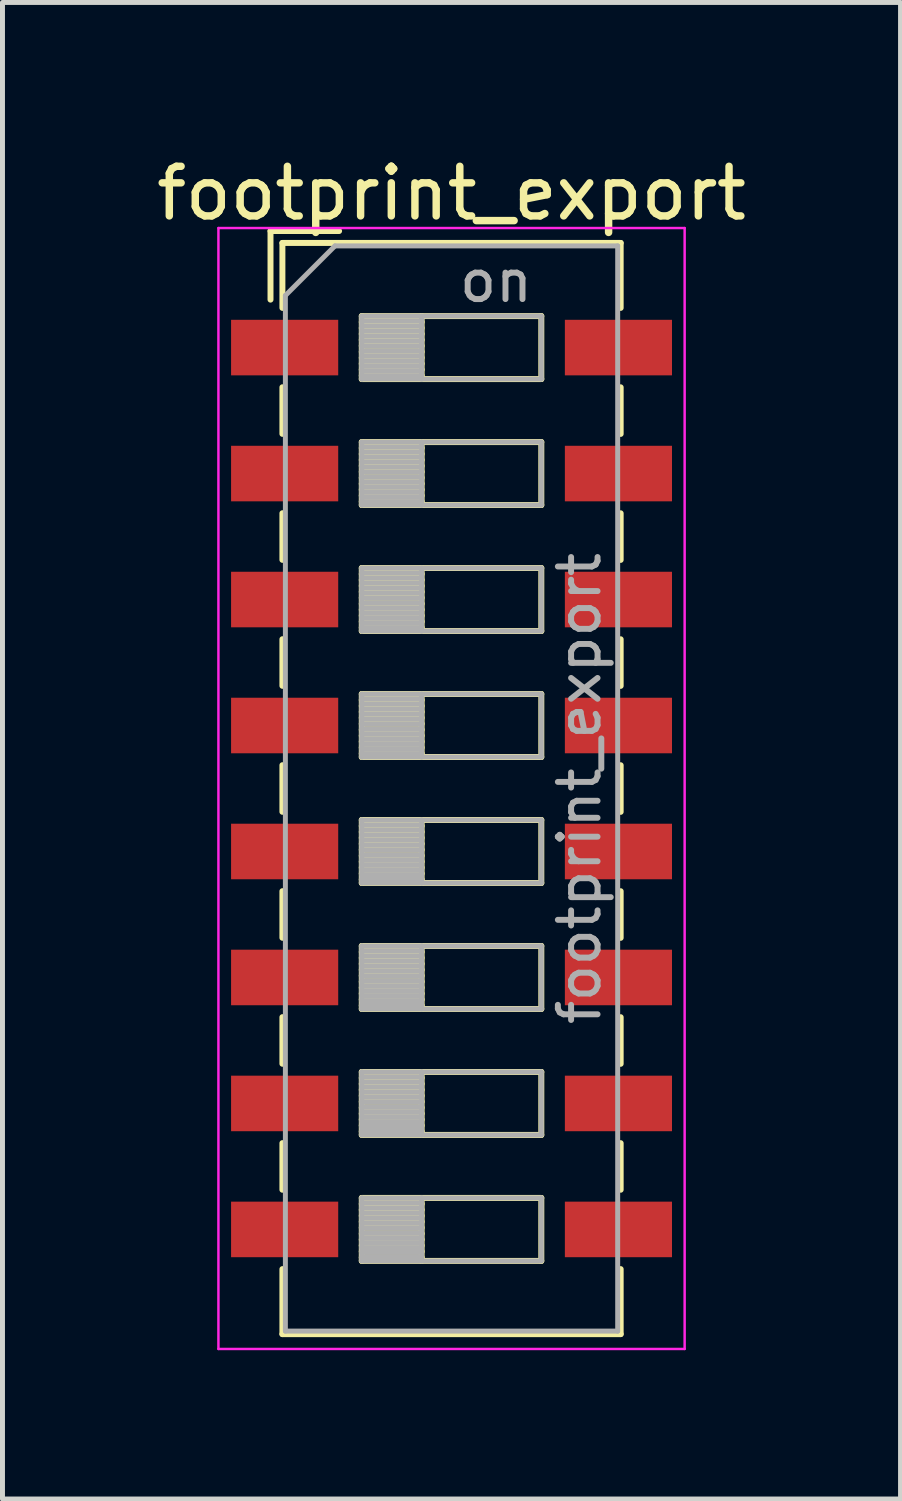
<source format=kicad_pcb>
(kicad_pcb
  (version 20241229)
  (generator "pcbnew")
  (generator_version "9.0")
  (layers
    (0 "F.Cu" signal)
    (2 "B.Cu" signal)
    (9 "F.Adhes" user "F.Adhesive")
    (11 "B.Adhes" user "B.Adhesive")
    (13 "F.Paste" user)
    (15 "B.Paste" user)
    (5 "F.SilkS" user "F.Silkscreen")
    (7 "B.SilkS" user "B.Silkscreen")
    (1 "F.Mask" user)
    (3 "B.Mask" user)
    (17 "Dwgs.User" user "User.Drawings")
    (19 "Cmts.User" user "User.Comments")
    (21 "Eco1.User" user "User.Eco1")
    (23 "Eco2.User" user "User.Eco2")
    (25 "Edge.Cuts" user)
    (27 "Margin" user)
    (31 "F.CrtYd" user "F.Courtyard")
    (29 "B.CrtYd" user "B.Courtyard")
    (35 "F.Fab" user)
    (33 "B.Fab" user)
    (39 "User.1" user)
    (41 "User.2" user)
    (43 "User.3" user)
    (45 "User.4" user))
  (footprint "footprint_export"
    (layer "F.Cu")
    (at 6.054 12.848)
    (property "Reference" "footprint_export" (at 0 -12 0) (layer "F.SilkS") (effects (font (size 1 1) (thickness 0.15))))
    (attr smd)
    (fp_line (start -3.65 -11.24) (end -3.65 -9.857) (stroke (width 0.12) (type solid)) (layer "F.SilkS"))
    (fp_line (start -3.65 -11.24) (end -2.267 -11.24) (stroke (width 0.12) (type solid)) (layer "F.SilkS"))
    (fp_line (start -3.41 -11) (end -3.41 -9.69) (stroke (width 0.12) (type solid)) (layer "F.SilkS"))
    (fp_line (start -3.41 -11) (end 3.41 -11) (stroke (width 0.12) (type solid)) (layer "F.SilkS"))
    (fp_line (start -3.41 -8.09) (end -3.41 -7.15) (stroke (width 0.12) (type solid)) (layer "F.SilkS"))
    (fp_line (start -3.41 -5.55) (end -3.41 -4.61) (stroke (width 0.12) (type solid)) (layer "F.SilkS"))
    (fp_line (start -3.41 -3.01) (end -3.41 -2.07) (stroke (width 0.12) (type solid)) (layer "F.SilkS"))
    (fp_line (start -3.41 -0.47) (end -3.41 0.47) (stroke (width 0.12) (type solid)) (layer "F.SilkS"))
    (fp_line (start -3.41 2.07) (end -3.41 3.01) (stroke (width 0.12) (type solid)) (layer "F.SilkS"))
    (fp_line (start -3.41 4.61) (end -3.41 5.55) (stroke (width 0.12) (type solid)) (layer "F.SilkS"))
    (fp_line (start -3.41 7.15) (end -3.41 8.09) (stroke (width 0.12) (type solid)) (layer "F.SilkS"))
    (fp_line (start -3.41 9.69) (end -3.41 11.001) (stroke (width 0.12) (type solid)) (layer "F.SilkS"))
    (fp_line (start -3.41 11.001) (end 3.41 11.001) (stroke (width 0.12) (type solid)) (layer "F.SilkS"))
    (fp_line (start -1.81 -9.525) (end -1.81 -8.255) (stroke (width 0.12) (type solid)) (layer "F.SilkS"))
    (fp_line (start -1.81 -9.405) (end -0.603 -9.405) (stroke (width 0.12) (type solid)) (layer "F.SilkS"))
    (fp_line (start -1.81 -9.285) (end -0.603 -9.285) (stroke (width 0.12) (type solid)) (layer "F.SilkS"))
    (fp_line (start -1.81 -9.165) (end -0.603 -9.165) (stroke (width 0.12) (type solid)) (layer "F.SilkS"))
    (fp_line (start -1.81 -9.045) (end -0.603 -9.045) (stroke (width 0.12) (type solid)) (layer "F.SilkS"))
    (fp_line (start -1.81 -8.925) (end -0.603 -8.925) (stroke (width 0.12) (type solid)) (layer "F.SilkS"))
    (fp_line (start -1.81 -8.805) (end -0.603 -8.805) (stroke (width 0.12) (type solid)) (layer "F.SilkS"))
    (fp_line (start -1.81 -8.685) (end -0.603 -8.685) (stroke (width 0.12) (type solid)) (layer "F.SilkS"))
    (fp_line (start -1.81 -8.565) (end -0.603 -8.565) (stroke (width 0.12) (type solid)) (layer "F.SilkS"))
    (fp_line (start -1.81 -8.445) (end -0.603 -8.445) (stroke (width 0.12) (type solid)) (layer "F.SilkS"))
    (fp_line (start -1.81 -8.325) (end -0.603 -8.325) (stroke (width 0.12) (type solid)) (layer "F.SilkS"))
    (fp_line (start -1.81 -8.255) (end 1.81 -8.255) (stroke (width 0.12) (type solid)) (layer "F.SilkS"))
    (fp_line (start -1.81 -6.985) (end -1.81 -5.715) (stroke (width 0.12) (type solid)) (layer "F.SilkS"))
    (fp_line (start -1.81 -6.865) (end -0.603 -6.865) (stroke (width 0.12) (type solid)) (layer "F.SilkS"))
    (fp_line (start -1.81 -6.745) (end -0.603 -6.745) (stroke (width 0.12) (type solid)) (layer "F.SilkS"))
    (fp_line (start -1.81 -6.625) (end -0.603 -6.625) (stroke (width 0.12) (type solid)) (layer "F.SilkS"))
    (fp_line (start -1.81 -6.505) (end -0.603 -6.505) (stroke (width 0.12) (type solid)) (layer "F.SilkS"))
    (fp_line (start -1.81 -6.385) (end -0.603 -6.385) (stroke (width 0.12) (type solid)) (layer "F.SilkS"))
    (fp_line (start -1.81 -6.265) (end -0.603 -6.265) (stroke (width 0.12) (type solid)) (layer "F.SilkS"))
    (fp_line (start -1.81 -6.145) (end -0.603 -6.145) (stroke (width 0.12) (type solid)) (layer "F.SilkS"))
    (fp_line (start -1.81 -6.025) (end -0.603 -6.025) (stroke (width 0.12) (type solid)) (layer "F.SilkS"))
    (fp_line (start -1.81 -5.905) (end -0.603 -5.905) (stroke (width 0.12) (type solid)) (layer "F.SilkS"))
    (fp_line (start -1.81 -5.785) (end -0.603 -5.785) (stroke (width 0.12) (type solid)) (layer "F.SilkS"))
    (fp_line (start -1.81 -5.715) (end 1.81 -5.715) (stroke (width 0.12) (type solid)) (layer "F.SilkS"))
    (fp_line (start -1.81 -4.445) (end -1.81 -3.175) (stroke (width 0.12) (type solid)) (layer "F.SilkS"))
    (fp_line (start -1.81 -4.325) (end -0.603 -4.325) (stroke (width 0.12) (type solid)) (layer "F.SilkS"))
    (fp_line (start -1.81 -4.205) (end -0.603 -4.205) (stroke (width 0.12) (type solid)) (layer "F.SilkS"))
    (fp_line (start -1.81 -4.085) (end -0.603 -4.085) (stroke (width 0.12) (type solid)) (layer "F.SilkS"))
    (fp_line (start -1.81 -3.965) (end -0.603 -3.965) (stroke (width 0.12) (type solid)) (layer "F.SilkS"))
    (fp_line (start -1.81 -3.845) (end -0.603 -3.845) (stroke (width 0.12) (type solid)) (layer "F.SilkS"))
    (fp_line (start -1.81 -3.725) (end -0.603 -3.725) (stroke (width 0.12) (type solid)) (layer "F.SilkS"))
    (fp_line (start -1.81 -3.605) (end -0.603 -3.605) (stroke (width 0.12) (type solid)) (layer "F.SilkS"))
    (fp_line (start -1.81 -3.485) (end -0.603 -3.485) (stroke (width 0.12) (type solid)) (layer "F.SilkS"))
    (fp_line (start -1.81 -3.365) (end -0.603 -3.365) (stroke (width 0.12) (type solid)) (layer "F.SilkS"))
    (fp_line (start -1.81 -3.245) (end -0.603 -3.245) (stroke (width 0.12) (type solid)) (layer "F.SilkS"))
    (fp_line (start -1.81 -3.175) (end 1.81 -3.175) (stroke (width 0.12) (type solid)) (layer "F.SilkS"))
    (fp_line (start -1.81 -1.905) (end -1.81 -0.635) (stroke (width 0.12) (type solid)) (layer "F.SilkS"))
    (fp_line (start -1.81 -1.785) (end -0.603 -1.785) (stroke (width 0.12) (type solid)) (layer "F.SilkS"))
    (fp_line (start -1.81 -1.665) (end -0.603 -1.665) (stroke (width 0.12) (type solid)) (layer "F.SilkS"))
    (fp_line (start -1.81 -1.545) (end -0.603 -1.545) (stroke (width 0.12) (type solid)) (layer "F.SilkS"))
    (fp_line (start -1.81 -1.425) (end -0.603 -1.425) (stroke (width 0.12) (type solid)) (layer "F.SilkS"))
    (fp_line (start -1.81 -1.305) (end -0.603 -1.305) (stroke (width 0.12) (type solid)) (layer "F.SilkS"))
    (fp_line (start -1.81 -1.185) (end -0.603 -1.185) (stroke (width 0.12) (type solid)) (layer "F.SilkS"))
    (fp_line (start -1.81 -1.065) (end -0.603 -1.065) (stroke (width 0.12) (type solid)) (layer "F.SilkS"))
    (fp_line (start -1.81 -0.945) (end -0.603 -0.945) (stroke (width 0.12) (type solid)) (layer "F.SilkS"))
    (fp_line (start -1.81 -0.825) (end -0.603 -0.825) (stroke (width 0.12) (type solid)) (layer "F.SilkS"))
    (fp_line (start -1.81 -0.705) (end -0.603 -0.705) (stroke (width 0.12) (type solid)) (layer "F.SilkS"))
    (fp_line (start -1.81 -0.635) (end 1.81 -0.635) (stroke (width 0.12) (type solid)) (layer "F.SilkS"))
    (fp_line (start -1.81 0.635) (end -1.81 1.905) (stroke (width 0.12) (type solid)) (layer "F.SilkS"))
    (fp_line (start -1.81 0.755) (end -0.603 0.755) (stroke (width 0.12) (type solid)) (layer "F.SilkS"))
    (fp_line (start -1.81 0.875) (end -0.603 0.875) (stroke (width 0.12) (type solid)) (layer "F.SilkS"))
    (fp_line (start -1.81 0.995) (end -0.603 0.995) (stroke (width 0.12) (type solid)) (layer "F.SilkS"))
    (fp_line (start -1.81 1.115) (end -0.603 1.115) (stroke (width 0.12) (type solid)) (layer "F.SilkS"))
    (fp_line (start -1.81 1.235) (end -0.603 1.235) (stroke (width 0.12) (type solid)) (layer "F.SilkS"))
    (fp_line (start -1.81 1.355) (end -0.603 1.355) (stroke (width 0.12) (type solid)) (layer "F.SilkS"))
    (fp_line (start -1.81 1.475) (end -0.603 1.475) (stroke (width 0.12) (type solid)) (layer "F.SilkS"))
    (fp_line (start -1.81 1.595) (end -0.603 1.595) (stroke (width 0.12) (type solid)) (layer "F.SilkS"))
    (fp_line (start -1.81 1.715) (end -0.603 1.715) (stroke (width 0.12) (type solid)) (layer "F.SilkS"))
    (fp_line (start -1.81 1.835) (end -0.603 1.835) (stroke (width 0.12) (type solid)) (layer "F.SilkS"))
    (fp_line (start -1.81 1.905) (end 1.81 1.905) (stroke (width 0.12) (type solid)) (layer "F.SilkS"))
    (fp_line (start -1.81 3.175) (end -1.81 4.445) (stroke (width 0.12) (type solid)) (layer "F.SilkS"))
    (fp_line (start -1.81 3.295) (end -0.603 3.295) (stroke (width 0.12) (type solid)) (layer "F.SilkS"))
    (fp_line (start -1.81 3.415) (end -0.603 3.415) (stroke (width 0.12) (type solid)) (layer "F.SilkS"))
    (fp_line (start -1.81 3.535) (end -0.603 3.535) (stroke (width 0.12) (type solid)) (layer "F.SilkS"))
    (fp_line (start -1.81 3.655) (end -0.603 3.655) (stroke (width 0.12) (type solid)) (layer "F.SilkS"))
    (fp_line (start -1.81 3.775) (end -0.603 3.775) (stroke (width 0.12) (type solid)) (layer "F.SilkS"))
    (fp_line (start -1.81 3.895) (end -0.603 3.895) (stroke (width 0.12) (type solid)) (layer "F.SilkS"))
    (fp_line (start -1.81 4.015) (end -0.603 4.015) (stroke (width 0.12) (type solid)) (layer "F.SilkS"))
    (fp_line (start -1.81 4.135) (end -0.603 4.135) (stroke (width 0.12) (type solid)) (layer "F.SilkS"))
    (fp_line (start -1.81 4.255) (end -0.603 4.255) (stroke (width 0.12) (type solid)) (layer "F.SilkS"))
    (fp_line (start -1.81 4.375) (end -0.603 4.375) (stroke (width 0.12) (type solid)) (layer "F.SilkS"))
    (fp_line (start -1.81 4.445) (end 1.81 4.445) (stroke (width 0.12) (type solid)) (layer "F.SilkS"))
    (fp_line (start -1.81 5.715) (end -1.81 6.985) (stroke (width 0.12) (type solid)) (layer "F.SilkS"))
    (fp_line (start -1.81 5.835) (end -0.603 5.835) (stroke (width 0.12) (type solid)) (layer "F.SilkS"))
    (fp_line (start -1.81 5.955) (end -0.603 5.955) (stroke (width 0.12) (type solid)) (layer "F.SilkS"))
    (fp_line (start -1.81 6.075) (end -0.603 6.075) (stroke (width 0.12) (type solid)) (layer "F.SilkS"))
    (fp_line (start -1.81 6.195) (end -0.603 6.195) (stroke (width 0.12) (type solid)) (layer "F.SilkS"))
    (fp_line (start -1.81 6.315) (end -0.603 6.315) (stroke (width 0.12) (type solid)) (layer "F.SilkS"))
    (fp_line (start -1.81 6.435) (end -0.603 6.435) (stroke (width 0.12) (type solid)) (layer "F.SilkS"))
    (fp_line (start -1.81 6.555) (end -0.603 6.555) (stroke (width 0.12) (type solid)) (layer "F.SilkS"))
    (fp_line (start -1.81 6.675) (end -0.603 6.675) (stroke (width 0.12) (type solid)) (layer "F.SilkS"))
    (fp_line (start -1.81 6.795) (end -0.603 6.795) (stroke (width 0.12) (type solid)) (layer "F.SilkS"))
    (fp_line (start -1.81 6.915) (end -0.603 6.915) (stroke (width 0.12) (type solid)) (layer "F.SilkS"))
    (fp_line (start -1.81 6.985) (end 1.81 6.985) (stroke (width 0.12) (type solid)) (layer "F.SilkS"))
    (fp_line (start -1.81 8.255) (end -1.81 9.525) (stroke (width 0.12) (type solid)) (layer "F.SilkS"))
    (fp_line (start -1.81 8.375) (end -0.603 8.375) (stroke (width 0.12) (type solid)) (layer "F.SilkS"))
    (fp_line (start -1.81 8.495) (end -0.603 8.495) (stroke (width 0.12) (type solid)) (layer "F.SilkS"))
    (fp_line (start -1.81 8.615) (end -0.603 8.615) (stroke (width 0.12) (type solid)) (layer "F.SilkS"))
    (fp_line (start -1.81 8.735) (end -0.603 8.735) (stroke (width 0.12) (type solid)) (layer "F.SilkS"))
    (fp_line (start -1.81 8.855) (end -0.603 8.855) (stroke (width 0.12) (type solid)) (layer "F.SilkS"))
    (fp_line (start -1.81 8.975) (end -0.603 8.975) (stroke (width 0.12) (type solid)) (layer "F.SilkS"))
    (fp_line (start -1.81 9.095) (end -0.603 9.095) (stroke (width 0.12) (type solid)) (layer "F.SilkS"))
    (fp_line (start -1.81 9.215) (end -0.603 9.215) (stroke (width 0.12) (type solid)) (layer "F.SilkS"))
    (fp_line (start -1.81 9.335) (end -0.603 9.335) (stroke (width 0.12) (type solid)) (layer "F.SilkS"))
    (fp_line (start -1.81 9.455) (end -0.603 9.455) (stroke (width 0.12) (type solid)) (layer "F.SilkS"))
    (fp_line (start -1.81 9.525) (end 1.81 9.525) (stroke (width 0.12) (type solid)) (layer "F.SilkS"))
    (fp_line (start -0.603 -9.525) (end -0.603 -8.255) (stroke (width 0.12) (type solid)) (layer "F.SilkS"))
    (fp_line (start -0.603 -6.985) (end -0.603 -5.715) (stroke (width 0.12) (type solid)) (layer "F.SilkS"))
    (fp_line (start -0.603 -4.445) (end -0.603 -3.175) (stroke (width 0.12) (type solid)) (layer "F.SilkS"))
    (fp_line (start -0.603 -1.905) (end -0.603 -0.635) (stroke (width 0.12) (type solid)) (layer "F.SilkS"))
    (fp_line (start -0.603 0.635) (end -0.603 1.905) (stroke (width 0.12) (type solid)) (layer "F.SilkS"))
    (fp_line (start -0.603 3.175) (end -0.603 4.445) (stroke (width 0.12) (type solid)) (layer "F.SilkS"))
    (fp_line (start -0.603 5.715) (end -0.603 6.985) (stroke (width 0.12) (type solid)) (layer "F.SilkS"))
    (fp_line (start -0.603 8.255) (end -0.603 9.525) (stroke (width 0.12) (type solid)) (layer "F.SilkS"))
    (fp_line (start 1.81 -9.525) (end -1.81 -9.525) (stroke (width 0.12) (type solid)) (layer "F.SilkS"))
    (fp_line (start 1.81 -8.255) (end 1.81 -9.525) (stroke (width 0.12) (type solid)) (layer "F.SilkS"))
    (fp_line (start 1.81 -6.985) (end -1.81 -6.985) (stroke (width 0.12) (type solid)) (layer "F.SilkS"))
    (fp_line (start 1.81 -5.715) (end 1.81 -6.985) (stroke (width 0.12) (type solid)) (layer "F.SilkS"))
    (fp_line (start 1.81 -4.445) (end -1.81 -4.445) (stroke (width 0.12) (type solid)) (layer "F.SilkS"))
    (fp_line (start 1.81 -3.175) (end 1.81 -4.445) (stroke (width 0.12) (type solid)) (layer "F.SilkS"))
    (fp_line (start 1.81 -1.905) (end -1.81 -1.905) (stroke (width 0.12) (type solid)) (layer "F.SilkS"))
    (fp_line (start 1.81 -0.635) (end 1.81 -1.905) (stroke (width 0.12) (type solid)) (layer "F.SilkS"))
    (fp_line (start 1.81 0.635) (end -1.81 0.635) (stroke (width 0.12) (type solid)) (layer "F.SilkS"))
    (fp_line (start 1.81 1.905) (end 1.81 0.635) (stroke (width 0.12) (type solid)) (layer "F.SilkS"))
    (fp_line (start 1.81 3.175) (end -1.81 3.175) (stroke (width 0.12) (type solid)) (layer "F.SilkS"))
    (fp_line (start 1.81 4.445) (end 1.81 3.175) (stroke (width 0.12) (type solid)) (layer "F.SilkS"))
    (fp_line (start 1.81 5.715) (end -1.81 5.715) (stroke (width 0.12) (type solid)) (layer "F.SilkS"))
    (fp_line (start 1.81 6.985) (end 1.81 5.715) (stroke (width 0.12) (type solid)) (layer "F.SilkS"))
    (fp_line (start 1.81 8.255) (end -1.81 8.255) (stroke (width 0.12) (type solid)) (layer "F.SilkS"))
    (fp_line (start 1.81 9.525) (end 1.81 8.255) (stroke (width 0.12) (type solid)) (layer "F.SilkS"))
    (fp_line (start 3.41 -11) (end 3.41 -9.69) (stroke (width 0.12) (type solid)) (layer "F.SilkS"))
    (fp_line (start 3.41 -8.089) (end 3.41 -7.149) (stroke (width 0.12) (type solid)) (layer "F.SilkS"))
    (fp_line (start 3.41 -5.549) (end 3.41 -4.609) (stroke (width 0.12) (type solid)) (layer "F.SilkS"))
    (fp_line (start 3.41 -3.009) (end 3.41 -2.069) (stroke (width 0.12) (type solid)) (layer "F.SilkS"))
    (fp_line (start 3.41 -0.469) (end 3.41 0.471) (stroke (width 0.12) (type solid)) (layer "F.SilkS"))
    (fp_line (start 3.41 2.071) (end 3.41 3.011) (stroke (width 0.12) (type solid)) (layer "F.SilkS"))
    (fp_line (start 3.41 4.611) (end 3.41 5.551) (stroke (width 0.12) (type solid)) (layer "F.SilkS"))
    (fp_line (start 3.41 7.151) (end 3.41 8.09) (stroke (width 0.12) (type solid)) (layer "F.SilkS"))
    (fp_line (start 3.41 9.69) (end 3.41 11.001) (stroke (width 0.12) (type solid)) (layer "F.SilkS"))
    (fp_line (start -4.7 -11.3) (end -4.7 11.3) (stroke (width 0.05) (type solid)) (layer "F.CrtYd"))
    (fp_line (start -4.7 11.3) (end 4.7 11.3) (stroke (width 0.05) (type solid)) (layer "F.CrtYd"))
    (fp_line (start 4.7 -11.3) (end -4.7 -11.3) (stroke (width 0.05) (type solid)) (layer "F.CrtYd"))
    (fp_line (start 4.7 11.3) (end 4.7 -11.3) (stroke (width 0.05) (type solid)) (layer "F.CrtYd"))
    (fp_line (start -3.35 -9.94) (end -2.35 -10.94) (stroke (width 0.1) (type solid)) (layer "F.Fab"))
    (fp_line (start -3.35 10.94) (end -3.35 -9.94) (stroke (width 0.1) (type solid)) (layer "F.Fab"))
    (fp_line (start -2.35 -10.94) (end 3.35 -10.94) (stroke (width 0.1) (type solid)) (layer "F.Fab"))
    (fp_line (start -1.81 -9.525) (end -1.81 -8.255) (stroke (width 0.1) (type solid)) (layer "F.Fab"))
    (fp_line (start -1.81 -9.425) (end -0.603 -9.425) (stroke (width 0.1) (type solid)) (layer "F.Fab"))
    (fp_line (start -1.81 -9.325) (end -0.603 -9.325) (stroke (width 0.1) (type solid)) (layer "F.Fab"))
    (fp_line (start -1.81 -9.225) (end -0.603 -9.225) (stroke (width 0.1) (type solid)) (layer "F.Fab"))
    (fp_line (start -1.81 -9.125) (end -0.603 -9.125) (stroke (width 0.1) (type solid)) (layer "F.Fab"))
    (fp_line (start -1.81 -9.025) (end -0.603 -9.025) (stroke (width 0.1) (type solid)) (layer "F.Fab"))
    (fp_line (start -1.81 -8.925) (end -0.603 -8.925) (stroke (width 0.1) (type solid)) (layer "F.Fab"))
    (fp_line (start -1.81 -8.825) (end -0.603 -8.825) (stroke (width 0.1) (type solid)) (layer "F.Fab"))
    (fp_line (start -1.81 -8.725) (end -0.603 -8.725) (stroke (width 0.1) (type solid)) (layer "F.Fab"))
    (fp_line (start -1.81 -8.625) (end -0.603 -8.625) (stroke (width 0.1) (type solid)) (layer "F.Fab"))
    (fp_line (start -1.81 -8.525) (end -0.603 -8.525) (stroke (width 0.1) (type solid)) (layer "F.Fab"))
    (fp_line (start -1.81 -8.425) (end -0.603 -8.425) (stroke (width 0.1) (type solid)) (layer "F.Fab"))
    (fp_line (start -1.81 -8.325) (end -0.603 -8.325) (stroke (width 0.1) (type solid)) (layer "F.Fab"))
    (fp_line (start -1.81 -8.255) (end 1.81 -8.255) (stroke (width 0.1) (type solid)) (layer "F.Fab"))
    (fp_line (start -1.81 -6.985) (end -1.81 -5.715) (stroke (width 0.1) (type solid)) (layer "F.Fab"))
    (fp_line (start -1.81 -6.885) (end -0.603 -6.885) (stroke (width 0.1) (type solid)) (layer "F.Fab"))
    (fp_line (start -1.81 -6.785) (end -0.603 -6.785) (stroke (width 0.1) (type solid)) (layer "F.Fab"))
    (fp_line (start -1.81 -6.685) (end -0.603 -6.685) (stroke (width 0.1) (type solid)) (layer "F.Fab"))
    (fp_line (start -1.81 -6.585) (end -0.603 -6.585) (stroke (width 0.1) (type solid)) (layer "F.Fab"))
    (fp_line (start -1.81 -6.485) (end -0.603 -6.485) (stroke (width 0.1) (type solid)) (layer "F.Fab"))
    (fp_line (start -1.81 -6.385) (end -0.603 -6.385) (stroke (width 0.1) (type solid)) (layer "F.Fab"))
    (fp_line (start -1.81 -6.285) (end -0.603 -6.285) (stroke (width 0.1) (type solid)) (layer "F.Fab"))
    (fp_line (start -1.81 -6.185) (end -0.603 -6.185) (stroke (width 0.1) (type solid)) (layer "F.Fab"))
    (fp_line (start -1.81 -6.085) (end -0.603 -6.085) (stroke (width 0.1) (type solid)) (layer "F.Fab"))
    (fp_line (start -1.81 -5.985) (end -0.603 -5.985) (stroke (width 0.1) (type solid)) (layer "F.Fab"))
    (fp_line (start -1.81 -5.885) (end -0.603 -5.885) (stroke (width 0.1) (type solid)) (layer "F.Fab"))
    (fp_line (start -1.81 -5.785) (end -0.603 -5.785) (stroke (width 0.1) (type solid)) (layer "F.Fab"))
    (fp_line (start -1.81 -5.715) (end 1.81 -5.715) (stroke (width 0.1) (type solid)) (layer "F.Fab"))
    (fp_line (start -1.81 -4.445) (end -1.81 -3.175) (stroke (width 0.1) (type solid)) (layer "F.Fab"))
    (fp_line (start -1.81 -4.345) (end -0.603 -4.345) (stroke (width 0.1) (type solid)) (layer "F.Fab"))
    (fp_line (start -1.81 -4.245) (end -0.603 -4.245) (stroke (width 0.1) (type solid)) (layer "F.Fab"))
    (fp_line (start -1.81 -4.145) (end -0.603 -4.145) (stroke (width 0.1) (type solid)) (layer "F.Fab"))
    (fp_line (start -1.81 -4.045) (end -0.603 -4.045) (stroke (width 0.1) (type solid)) (layer "F.Fab"))
    (fp_line (start -1.81 -3.945) (end -0.603 -3.945) (stroke (width 0.1) (type solid)) (layer "F.Fab"))
    (fp_line (start -1.81 -3.845) (end -0.603 -3.845) (stroke (width 0.1) (type solid)) (layer "F.Fab"))
    (fp_line (start -1.81 -3.745) (end -0.603 -3.745) (stroke (width 0.1) (type solid)) (layer "F.Fab"))
    (fp_line (start -1.81 -3.645) (end -0.603 -3.645) (stroke (width 0.1) (type solid)) (layer "F.Fab"))
    (fp_line (start -1.81 -3.545) (end -0.603 -3.545) (stroke (width 0.1) (type solid)) (layer "F.Fab"))
    (fp_line (start -1.81 -3.445) (end -0.603 -3.445) (stroke (width 0.1) (type solid)) (layer "F.Fab"))
    (fp_line (start -1.81 -3.345) (end -0.603 -3.345) (stroke (width 0.1) (type solid)) (layer "F.Fab"))
    (fp_line (start -1.81 -3.245) (end -0.603 -3.245) (stroke (width 0.1) (type solid)) (layer "F.Fab"))
    (fp_line (start -1.81 -3.175) (end 1.81 -3.175) (stroke (width 0.1) (type solid)) (layer "F.Fab"))
    (fp_line (start -1.81 -1.905) (end -1.81 -0.635) (stroke (width 0.1) (type solid)) (layer "F.Fab"))
    (fp_line (start -1.81 -1.805) (end -0.603 -1.805) (stroke (width 0.1) (type solid)) (layer "F.Fab"))
    (fp_line (start -1.81 -1.705) (end -0.603 -1.705) (stroke (width 0.1) (type solid)) (layer "F.Fab"))
    (fp_line (start -1.81 -1.605) (end -0.603 -1.605) (stroke (width 0.1) (type solid)) (layer "F.Fab"))
    (fp_line (start -1.81 -1.505) (end -0.603 -1.505) (stroke (width 0.1) (type solid)) (layer "F.Fab"))
    (fp_line (start -1.81 -1.405) (end -0.603 -1.405) (stroke (width 0.1) (type solid)) (layer "F.Fab"))
    (fp_line (start -1.81 -1.305) (end -0.603 -1.305) (stroke (width 0.1) (type solid)) (layer "F.Fab"))
    (fp_line (start -1.81 -1.205) (end -0.603 -1.205) (stroke (width 0.1) (type solid)) (layer "F.Fab"))
    (fp_line (start -1.81 -1.105) (end -0.603 -1.105) (stroke (width 0.1) (type solid)) (layer "F.Fab"))
    (fp_line (start -1.81 -1.005) (end -0.603 -1.005) (stroke (width 0.1) (type solid)) (layer "F.Fab"))
    (fp_line (start -1.81 -0.905) (end -0.603 -0.905) (stroke (width 0.1) (type solid)) (layer "F.Fab"))
    (fp_line (start -1.81 -0.805) (end -0.603 -0.805) (stroke (width 0.1) (type solid)) (layer "F.Fab"))
    (fp_line (start -1.81 -0.705) (end -0.603 -0.705) (stroke (width 0.1) (type solid)) (layer "F.Fab"))
    (fp_line (start -1.81 -0.635) (end 1.81 -0.635) (stroke (width 0.1) (type solid)) (layer "F.Fab"))
    (fp_line (start -1.81 0.635) (end -1.81 1.905) (stroke (width 0.1) (type solid)) (layer "F.Fab"))
    (fp_line (start -1.81 0.735) (end -0.603 0.735) (stroke (width 0.1) (type solid)) (layer "F.Fab"))
    (fp_line (start -1.81 0.835) (end -0.603 0.835) (stroke (width 0.1) (type solid)) (layer "F.Fab"))
    (fp_line (start -1.81 0.935) (end -0.603 0.935) (stroke (width 0.1) (type solid)) (layer "F.Fab"))
    (fp_line (start -1.81 1.035) (end -0.603 1.035) (stroke (width 0.1) (type solid)) (layer "F.Fab"))
    (fp_line (start -1.81 1.135) (end -0.603 1.135) (stroke (width 0.1) (type solid)) (layer "F.Fab"))
    (fp_line (start -1.81 1.235) (end -0.603 1.235) (stroke (width 0.1) (type solid)) (layer "F.Fab"))
    (fp_line (start -1.81 1.335) (end -0.603 1.335) (stroke (width 0.1) (type solid)) (layer "F.Fab"))
    (fp_line (start -1.81 1.435) (end -0.603 1.435) (stroke (width 0.1) (type solid)) (layer "F.Fab"))
    (fp_line (start -1.81 1.535) (end -0.603 1.535) (stroke (width 0.1) (type solid)) (layer "F.Fab"))
    (fp_line (start -1.81 1.635) (end -0.603 1.635) (stroke (width 0.1) (type solid)) (layer "F.Fab"))
    (fp_line (start -1.81 1.735) (end -0.603 1.735) (stroke (width 0.1) (type solid)) (layer "F.Fab"))
    (fp_line (start -1.81 1.835) (end -0.603 1.835) (stroke (width 0.1) (type solid)) (layer "F.Fab"))
    (fp_line (start -1.81 1.905) (end 1.81 1.905) (stroke (width 0.1) (type solid)) (layer "F.Fab"))
    (fp_line (start -1.81 3.175) (end -1.81 4.445) (stroke (width 0.1) (type solid)) (layer "F.Fab"))
    (fp_line (start -1.81 3.275) (end -0.603 3.275) (stroke (width 0.1) (type solid)) (layer "F.Fab"))
    (fp_line (start -1.81 3.375) (end -0.603 3.375) (stroke (width 0.1) (type solid)) (layer "F.Fab"))
    (fp_line (start -1.81 3.475) (end -0.603 3.475) (stroke (width 0.1) (type solid)) (layer "F.Fab"))
    (fp_line (start -1.81 3.575) (end -0.603 3.575) (stroke (width 0.1) (type solid)) (layer "F.Fab"))
    (fp_line (start -1.81 3.675) (end -0.603 3.675) (stroke (width 0.1) (type solid)) (layer "F.Fab"))
    (fp_line (start -1.81 3.775) (end -0.603 3.775) (stroke (width 0.1) (type solid)) (layer "F.Fab"))
    (fp_line (start -1.81 3.875) (end -0.603 3.875) (stroke (width 0.1) (type solid)) (layer "F.Fab"))
    (fp_line (start -1.81 3.975) (end -0.603 3.975) (stroke (width 0.1) (type solid)) (layer "F.Fab"))
    (fp_line (start -1.81 4.075) (end -0.603 4.075) (stroke (width 0.1) (type solid)) (layer "F.Fab"))
    (fp_line (start -1.81 4.175) (end -0.603 4.175) (stroke (width 0.1) (type solid)) (layer "F.Fab"))
    (fp_line (start -1.81 4.275) (end -0.603 4.275) (stroke (width 0.1) (type solid)) (layer "F.Fab"))
    (fp_line (start -1.81 4.375) (end -0.603 4.375) (stroke (width 0.1) (type solid)) (layer "F.Fab"))
    (fp_line (start -1.81 4.445) (end 1.81 4.445) (stroke (width 0.1) (type solid)) (layer "F.Fab"))
    (fp_line (start -1.81 5.715) (end -1.81 6.985) (stroke (width 0.1) (type solid)) (layer "F.Fab"))
    (fp_line (start -1.81 5.815) (end -0.603 5.815) (stroke (width 0.1) (type solid)) (layer "F.Fab"))
    (fp_line (start -1.81 5.915) (end -0.603 5.915) (stroke (width 0.1) (type solid)) (layer "F.Fab"))
    (fp_line (start -1.81 6.015) (end -0.603 6.015) (stroke (width 0.1) (type solid)) (layer "F.Fab"))
    (fp_line (start -1.81 6.115) (end -0.603 6.115) (stroke (width 0.1) (type solid)) (layer "F.Fab"))
    (fp_line (start -1.81 6.215) (end -0.603 6.215) (stroke (width 0.1) (type solid)) (layer "F.Fab"))
    (fp_line (start -1.81 6.315) (end -0.603 6.315) (stroke (width 0.1) (type solid)) (layer "F.Fab"))
    (fp_line (start -1.81 6.415) (end -0.603 6.415) (stroke (width 0.1) (type solid)) (layer "F.Fab"))
    (fp_line (start -1.81 6.515) (end -0.603 6.515) (stroke (width 0.1) (type solid)) (layer "F.Fab"))
    (fp_line (start -1.81 6.615) (end -0.603 6.615) (stroke (width 0.1) (type solid)) (layer "F.Fab"))
    (fp_line (start -1.81 6.715) (end -0.603 6.715) (stroke (width 0.1) (type solid)) (layer "F.Fab"))
    (fp_line (start -1.81 6.815) (end -0.603 6.815) (stroke (width 0.1) (type solid)) (layer "F.Fab"))
    (fp_line (start -1.81 6.915) (end -0.603 6.915) (stroke (width 0.1) (type solid)) (layer "F.Fab"))
    (fp_line (start -1.81 6.985) (end 1.81 6.985) (stroke (width 0.1) (type solid)) (layer "F.Fab"))
    (fp_line (start -1.81 8.255) (end -1.81 9.525) (stroke (width 0.1) (type solid)) (layer "F.Fab"))
    (fp_line (start -1.81 8.355) (end -0.603 8.355) (stroke (width 0.1) (type solid)) (layer "F.Fab"))
    (fp_line (start -1.81 8.455) (end -0.603 8.455) (stroke (width 0.1) (type solid)) (layer "F.Fab"))
    (fp_line (start -1.81 8.555) (end -0.603 8.555) (stroke (width 0.1) (type solid)) (layer "F.Fab"))
    (fp_line (start -1.81 8.655) (end -0.603 8.655) (stroke (width 0.1) (type solid)) (layer "F.Fab"))
    (fp_line (start -1.81 8.755) (end -0.603 8.755) (stroke (width 0.1) (type solid)) (layer "F.Fab"))
    (fp_line (start -1.81 8.855) (end -0.603 8.855) (stroke (width 0.1) (type solid)) (layer "F.Fab"))
    (fp_line (start -1.81 8.955) (end -0.603 8.955) (stroke (width 0.1) (type solid)) (layer "F.Fab"))
    (fp_line (start -1.81 9.055) (end -0.603 9.055) (stroke (width 0.1) (type solid)) (layer "F.Fab"))
    (fp_line (start -1.81 9.155) (end -0.603 9.155) (stroke (width 0.1) (type solid)) (layer "F.Fab"))
    (fp_line (start -1.81 9.255) (end -0.603 9.255) (stroke (width 0.1) (type solid)) (layer "F.Fab"))
    (fp_line (start -1.81 9.355) (end -0.603 9.355) (stroke (width 0.1) (type solid)) (layer "F.Fab"))
    (fp_line (start -1.81 9.455) (end -0.603 9.455) (stroke (width 0.1) (type solid)) (layer "F.Fab"))
    (fp_line (start -1.81 9.525) (end 1.81 9.525) (stroke (width 0.1) (type solid)) (layer "F.Fab"))
    (fp_line (start -0.603 -9.525) (end -0.603 -8.255) (stroke (width 0.1) (type solid)) (layer "F.Fab"))
    (fp_line (start -0.603 -6.985) (end -0.603 -5.715) (stroke (width 0.1) (type solid)) (layer "F.Fab"))
    (fp_line (start -0.603 -4.445) (end -0.603 -3.175) (stroke (width 0.1) (type solid)) (layer "F.Fab"))
    (fp_line (start -0.603 -1.905) (end -0.603 -0.635) (stroke (width 0.1) (type solid)) (layer "F.Fab"))
    (fp_line (start -0.603 0.635) (end -0.603 1.905) (stroke (width 0.1) (type solid)) (layer "F.Fab"))
    (fp_line (start -0.603 3.175) (end -0.603 4.445) (stroke (width 0.1) (type solid)) (layer "F.Fab"))
    (fp_line (start -0.603 5.715) (end -0.603 6.985) (stroke (width 0.1) (type solid)) (layer "F.Fab"))
    (fp_line (start -0.603 8.255) (end -0.603 9.525) (stroke (width 0.1) (type solid)) (layer "F.Fab"))
    (fp_line (start 1.81 -9.525) (end -1.81 -9.525) (stroke (width 0.1) (type solid)) (layer "F.Fab"))
    (fp_line (start 1.81 -8.255) (end 1.81 -9.525) (stroke (width 0.1) (type solid)) (layer "F.Fab"))
    (fp_line (start 1.81 -6.985) (end -1.81 -6.985) (stroke (width 0.1) (type solid)) (layer "F.Fab"))
    (fp_line (start 1.81 -5.715) (end 1.81 -6.985) (stroke (width 0.1) (type solid)) (layer "F.Fab"))
    (fp_line (start 1.81 -4.445) (end -1.81 -4.445) (stroke (width 0.1) (type solid)) (layer "F.Fab"))
    (fp_line (start 1.81 -3.175) (end 1.81 -4.445) (stroke (width 0.1) (type solid)) (layer "F.Fab"))
    (fp_line (start 1.81 -1.905) (end -1.81 -1.905) (stroke (width 0.1) (type solid)) (layer "F.Fab"))
    (fp_line (start 1.81 -0.635) (end 1.81 -1.905) (stroke (width 0.1) (type solid)) (layer "F.Fab"))
    (fp_line (start 1.81 0.635) (end -1.81 0.635) (stroke (width 0.1) (type solid)) (layer "F.Fab"))
    (fp_line (start 1.81 1.905) (end 1.81 0.635) (stroke (width 0.1) (type solid)) (layer "F.Fab"))
    (fp_line (start 1.81 3.175) (end -1.81 3.175) (stroke (width 0.1) (type solid)) (layer "F.Fab"))
    (fp_line (start 1.81 4.445) (end 1.81 3.175) (stroke (width 0.1) (type solid)) (layer "F.Fab"))
    (fp_line (start 1.81 5.715) (end -1.81 5.715) (stroke (width 0.1) (type solid)) (layer "F.Fab"))
    (fp_line (start 1.81 6.985) (end 1.81 5.715) (stroke (width 0.1) (type solid)) (layer "F.Fab"))
    (fp_line (start 1.81 8.255) (end -1.81 8.255) (stroke (width 0.1) (type solid)) (layer "F.Fab"))
    (fp_line (start 1.81 9.525) (end 1.81 8.255) (stroke (width 0.1) (type solid)) (layer "F.Fab"))
    (fp_line (start 3.35 -10.94) (end 3.35 10.94) (stroke (width 0.1) (type solid)) (layer "F.Fab"))
    (fp_line (start 3.35 10.94) (end -3.35 10.94) (stroke (width 0.1) (type solid)) (layer "F.Fab"))
    (fp_text user "on" (at 0.897 -10.232 0) (layer "F.Fab") (effects (font (size 0.8 0.8) (thickness 0.12))))
    (fp_text user "${REFERENCE}" (at 2.58 0 90) (layer "F.Fab") (effects (font (size 0.8 0.8) (thickness 0.12))))
    (pad "1" smd rect (at -3.365 -8.89) (size 2.16 1.12) (layers "F.Cu" "F.Mask" "F.Paste"))
    (pad "2" smd rect (at -3.365 -6.35) (size 2.16 1.12) (layers "F.Cu" "F.Mask" "F.Paste"))
    (pad "3" smd rect (at -3.365 -3.81) (size 2.16 1.12) (layers "F.Cu" "F.Mask" "F.Paste"))
    (pad "4" smd rect (at -3.365 -1.27) (size 2.16 1.12) (layers "F.Cu" "F.Mask" "F.Paste"))
    (pad "5" smd rect (at -3.365 1.27) (size 2.16 1.12) (layers "F.Cu" "F.Mask" "F.Paste"))
    (pad "6" smd rect (at -3.365 3.81) (size 2.16 1.12) (layers "F.Cu" "F.Mask" "F.Paste"))
    (pad "7" smd rect (at -3.365 6.35) (size 2.16 1.12) (layers "F.Cu" "F.Mask" "F.Paste"))
    (pad "8" smd rect (at -3.365 8.89) (size 2.16 1.12) (layers "F.Cu" "F.Mask" "F.Paste"))
    (pad "9" smd rect (at 3.365 8.89) (size 2.16 1.12) (layers "F.Cu" "F.Mask" "F.Paste"))
    (pad "10" smd rect (at 3.365 6.35) (size 2.16 1.12) (layers "F.Cu" "F.Mask" "F.Paste"))
    (pad "11" smd rect (at 3.365 3.81) (size 2.16 1.12) (layers "F.Cu" "F.Mask" "F.Paste"))
    (pad "12" smd rect (at 3.365 1.27) (size 2.16 1.12) (layers "F.Cu" "F.Mask" "F.Paste"))
    (pad "13" smd rect (at 3.365 -1.27) (size 2.16 1.12) (layers "F.Cu" "F.Mask" "F.Paste"))
    (pad "14" smd rect (at 3.365 -3.81) (size 2.16 1.12) (layers "F.Cu" "F.Mask" "F.Paste"))
    (pad "15" smd rect (at 3.365 -6.35) (size 2.16 1.12) (layers "F.Cu" "F.Mask" "F.Paste"))
    (pad "16" smd rect (at 3.365 -8.89) (size 2.16 1.12) (layers "F.Cu" "F.Mask" "F.Paste")))
  (gr_rect
    (start -3 -3)
    (end 15.107 27.173)
    (stroke (width 0.1) (type default))
    (fill no)
    (layer "Edge.Cuts")))
</source>
